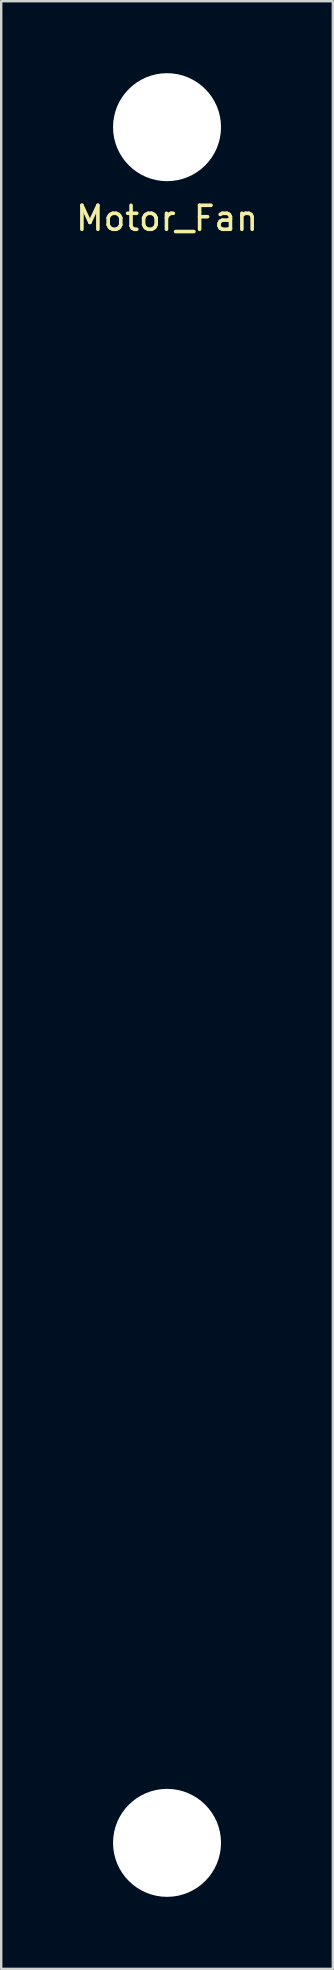
<source format=kicad_pcb>
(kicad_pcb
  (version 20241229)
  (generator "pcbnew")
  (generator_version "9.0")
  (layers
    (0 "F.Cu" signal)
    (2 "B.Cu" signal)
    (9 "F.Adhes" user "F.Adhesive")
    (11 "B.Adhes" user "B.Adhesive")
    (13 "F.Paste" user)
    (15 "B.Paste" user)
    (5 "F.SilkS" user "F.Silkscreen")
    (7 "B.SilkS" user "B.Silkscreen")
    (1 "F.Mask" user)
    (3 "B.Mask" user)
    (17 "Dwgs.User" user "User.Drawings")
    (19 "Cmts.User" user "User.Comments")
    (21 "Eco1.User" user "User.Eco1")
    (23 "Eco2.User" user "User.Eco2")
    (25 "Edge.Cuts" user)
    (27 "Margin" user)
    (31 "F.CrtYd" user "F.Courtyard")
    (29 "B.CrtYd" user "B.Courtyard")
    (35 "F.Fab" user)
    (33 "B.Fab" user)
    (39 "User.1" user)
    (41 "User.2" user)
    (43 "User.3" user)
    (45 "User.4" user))
  (footprint "Motor_Fan"
    (layer "F.Cu")
    (at 3.911 2.25)
    (property "Reference" "Motor_Fan" (at 0 3.8 0) (layer "F.SilkS") (effects (font (size 1 1) (thickness 0.15))))
    (attr through_hole)
    (pad "" np_thru_hole circle (at 0 0) (size 4.5 4.5) (drill 4.5) (layers "*.Cu" "*.Mask"))
    (pad "" np_thru_hole circle (at 0 71.5) (size 4.5 4.5) (drill 4.5) (layers "*.Cu" "*.Mask")))
  (gr_rect
    (start -3 -3)
    (end 10.821 79)
    (stroke (width 0.1) (type default))
    (fill no)
    (layer "Edge.Cuts")))
</source>
